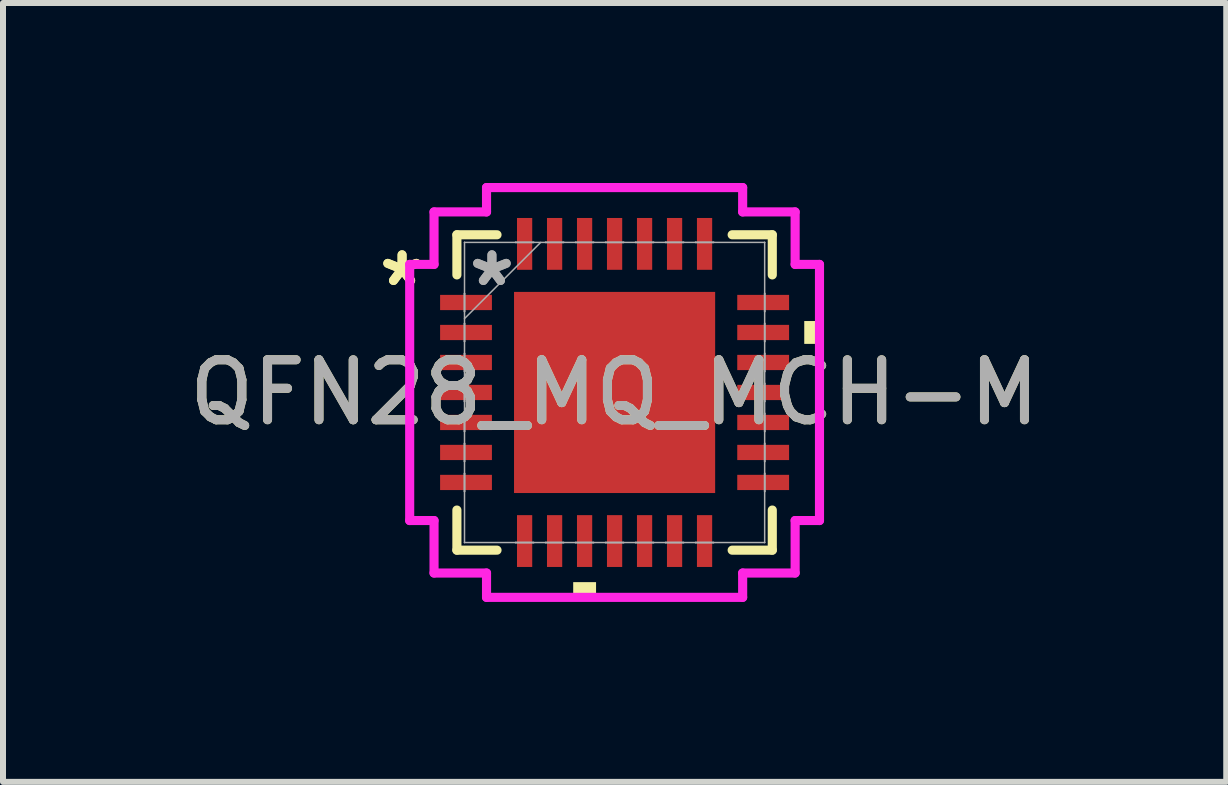
<source format=kicad_pcb>
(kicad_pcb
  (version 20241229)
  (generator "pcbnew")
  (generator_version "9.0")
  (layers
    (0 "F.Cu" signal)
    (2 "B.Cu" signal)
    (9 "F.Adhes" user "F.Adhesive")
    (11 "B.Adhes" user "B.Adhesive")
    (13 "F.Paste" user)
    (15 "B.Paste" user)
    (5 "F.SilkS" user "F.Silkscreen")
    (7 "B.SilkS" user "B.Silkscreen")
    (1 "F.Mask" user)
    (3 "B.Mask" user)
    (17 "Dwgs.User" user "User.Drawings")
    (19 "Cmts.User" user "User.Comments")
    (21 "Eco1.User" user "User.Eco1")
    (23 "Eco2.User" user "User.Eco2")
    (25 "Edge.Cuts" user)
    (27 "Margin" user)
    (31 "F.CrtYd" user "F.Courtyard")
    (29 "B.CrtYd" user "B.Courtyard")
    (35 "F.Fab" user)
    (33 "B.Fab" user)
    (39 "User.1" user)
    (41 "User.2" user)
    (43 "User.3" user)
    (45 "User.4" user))
  (footprint "QFN28_MQ_MCH-M"
    (layer "F.Cu")
    (at 7.196 3.493)
    (property "Reference" "QFN28_MQ_MCH-M" (at 0 0 0) (unlocked yes) (layer "F.SilkS") (effects (font (size 1 1) (thickness 0.15))))
    (attr smd)
    (fp_line (start -2.629 -2.629) (end -2.629 -1.96) (stroke (width 0.152) (type solid)) (layer "F.SilkS"))
    (fp_line (start -2.629 1.96) (end -2.629 2.629) (stroke (width 0.152) (type solid)) (layer "F.SilkS"))
    (fp_line (start -2.629 2.629) (end -1.96 2.629) (stroke (width 0.152) (type solid)) (layer "F.SilkS"))
    (fp_line (start -1.96 -2.629) (end -2.629 -2.629) (stroke (width 0.152) (type solid)) (layer "F.SilkS"))
    (fp_line (start 1.96 2.629) (end 2.629 2.629) (stroke (width 0.152) (type solid)) (layer "F.SilkS"))
    (fp_line (start 2.629 -2.629) (end 1.96 -2.629) (stroke (width 0.152) (type solid)) (layer "F.SilkS"))
    (fp_line (start 2.629 -1.96) (end 2.629 -2.629) (stroke (width 0.152) (type solid)) (layer "F.SilkS"))
    (fp_line (start 2.629 2.629) (end 2.629 1.96) (stroke (width 0.152) (type solid)) (layer "F.SilkS"))
    (fp_poly (pts (xy -0.69 3.162) (xy -0.69 3.416) (xy -0.309 3.416) (xy -0.309 3.162)) (stroke (width 0) (type solid)) (fill yes) (layer "F.SilkS"))
    (fp_poly (pts (xy 3.416 -1.191) (xy 3.416 -0.81) (xy 3.162 -0.81) (xy 3.162 -1.191)) (stroke (width 0) (type solid)) (fill yes) (layer "F.SilkS"))
    (fp_poly (pts (xy -1.576 -1.576) (xy -1.576 -0.1) (xy -0.1 -0.1) (xy -0.1 -1.576)) (stroke (width 0) (type solid)) (fill yes) (layer "F.Paste"))
    (fp_poly (pts (xy -1.576 0.1) (xy -1.576 1.576) (xy -0.1 1.576) (xy -0.1 0.1)) (stroke (width 0) (type solid)) (fill yes) (layer "F.Paste"))
    (fp_poly (pts (xy 0.1 -1.576) (xy 0.1 -0.1) (xy 1.576 -0.1) (xy 1.576 -1.576)) (stroke (width 0) (type solid)) (fill yes) (layer "F.Paste"))
    (fp_poly (pts (xy 0.1 0.1) (xy 0.1 1.576) (xy 1.576 1.576) (xy 1.576 0.1)) (stroke (width 0) (type solid)) (fill yes) (layer "F.Paste"))
    (fp_line (start -3.416 -2.135) (end -3.01 -2.135) (stroke (width 0.152) (type solid)) (layer "F.CrtYd"))
    (fp_line (start -3.416 2.135) (end -3.416 -2.135) (stroke (width 0.152) (type solid)) (layer "F.CrtYd"))
    (fp_line (start -3.01 -3.01) (end -2.135 -3.01) (stroke (width 0.152) (type solid)) (layer "F.CrtYd"))
    (fp_line (start -3.01 -2.135) (end -3.01 -3.01) (stroke (width 0.152) (type solid)) (layer "F.CrtYd"))
    (fp_line (start -3.01 2.135) (end -3.416 2.135) (stroke (width 0.152) (type solid)) (layer "F.CrtYd"))
    (fp_line (start -3.01 3.01) (end -3.01 2.135) (stroke (width 0.152) (type solid)) (layer "F.CrtYd"))
    (fp_line (start -2.135 -3.416) (end 2.135 -3.416) (stroke (width 0.152) (type solid)) (layer "F.CrtYd"))
    (fp_line (start -2.135 -3.01) (end -2.135 -3.416) (stroke (width 0.152) (type solid)) (layer "F.CrtYd"))
    (fp_line (start -2.135 3.01) (end -3.01 3.01) (stroke (width 0.152) (type solid)) (layer "F.CrtYd"))
    (fp_line (start -2.135 3.416) (end -2.135 3.01) (stroke (width 0.152) (type solid)) (layer "F.CrtYd"))
    (fp_line (start 2.135 -3.416) (end 2.135 -3.01) (stroke (width 0.152) (type solid)) (layer "F.CrtYd"))
    (fp_line (start 2.135 -3.01) (end 3.01 -3.01) (stroke (width 0.152) (type solid)) (layer "F.CrtYd"))
    (fp_line (start 2.135 3.01) (end 2.135 3.416) (stroke (width 0.152) (type solid)) (layer "F.CrtYd"))
    (fp_line (start 2.135 3.416) (end -2.135 3.416) (stroke (width 0.152) (type solid)) (layer "F.CrtYd"))
    (fp_line (start 3.01 -3.01) (end 3.01 -2.135) (stroke (width 0.152) (type solid)) (layer "F.CrtYd"))
    (fp_line (start 3.01 -2.135) (end 3.416 -2.135) (stroke (width 0.152) (type solid)) (layer "F.CrtYd"))
    (fp_line (start 3.01 2.135) (end 3.01 3.01) (stroke (width 0.152) (type solid)) (layer "F.CrtYd"))
    (fp_line (start 3.01 3.01) (end 2.135 3.01) (stroke (width 0.152) (type solid)) (layer "F.CrtYd"))
    (fp_line (start 3.416 -2.135) (end 3.416 2.135) (stroke (width 0.152) (type solid)) (layer "F.CrtYd"))
    (fp_line (start 3.416 2.135) (end 3.01 2.135) (stroke (width 0.152) (type solid)) (layer "F.CrtYd"))
    (fp_line (start -2.502 -2.502) (end -2.502 -2.502) (stroke (width 0.025) (type solid)) (layer "F.Fab"))
    (fp_line (start -2.502 -2.502) (end -2.502 2.502) (stroke (width 0.025) (type solid)) (layer "F.Fab"))
    (fp_line (start -2.502 -1.652) (end -2.502 -1.652) (stroke (width 0.025) (type solid)) (layer "F.Fab"))
    (fp_line (start -2.502 -1.652) (end -2.502 -1.348) (stroke (width 0.025) (type solid)) (layer "F.Fab"))
    (fp_line (start -2.502 -1.348) (end -2.502 -1.652) (stroke (width 0.025) (type solid)) (layer "F.Fab"))
    (fp_line (start -2.502 -1.348) (end -2.502 -1.348) (stroke (width 0.025) (type solid)) (layer "F.Fab"))
    (fp_line (start -2.502 -1.232) (end -1.232 -2.502) (stroke (width 0.025) (type solid)) (layer "F.Fab"))
    (fp_line (start -2.502 -1.152) (end -2.502 -1.152) (stroke (width 0.025) (type solid)) (layer "F.Fab"))
    (fp_line (start -2.502 -1.152) (end -2.502 -0.848) (stroke (width 0.025) (type solid)) (layer "F.Fab"))
    (fp_line (start -2.502 -0.848) (end -2.502 -1.152) (stroke (width 0.025) (type solid)) (layer "F.Fab"))
    (fp_line (start -2.502 -0.848) (end -2.502 -0.848) (stroke (width 0.025) (type solid)) (layer "F.Fab"))
    (fp_line (start -2.502 -0.652) (end -2.502 -0.652) (stroke (width 0.025) (type solid)) (layer "F.Fab"))
    (fp_line (start -2.502 -0.652) (end -2.502 -0.348) (stroke (width 0.025) (type solid)) (layer "F.Fab"))
    (fp_line (start -2.502 -0.348) (end -2.502 -0.652) (stroke (width 0.025) (type solid)) (layer "F.Fab"))
    (fp_line (start -2.502 -0.348) (end -2.502 -0.348) (stroke (width 0.025) (type solid)) (layer "F.Fab"))
    (fp_line (start -2.502 -0.152) (end -2.502 -0.152) (stroke (width 0.025) (type solid)) (layer "F.Fab"))
    (fp_line (start -2.502 -0.152) (end -2.502 0.152) (stroke (width 0.025) (type solid)) (layer "F.Fab"))
    (fp_line (start -2.502 0.152) (end -2.502 -0.152) (stroke (width 0.025) (type solid)) (layer "F.Fab"))
    (fp_line (start -2.502 0.152) (end -2.502 0.152) (stroke (width 0.025) (type solid)) (layer "F.Fab"))
    (fp_line (start -2.502 0.348) (end -2.502 0.348) (stroke (width 0.025) (type solid)) (layer "F.Fab"))
    (fp_line (start -2.502 0.348) (end -2.502 0.652) (stroke (width 0.025) (type solid)) (layer "F.Fab"))
    (fp_line (start -2.502 0.652) (end -2.502 0.348) (stroke (width 0.025) (type solid)) (layer "F.Fab"))
    (fp_line (start -2.502 0.652) (end -2.502 0.652) (stroke (width 0.025) (type solid)) (layer "F.Fab"))
    (fp_line (start -2.502 0.848) (end -2.502 0.848) (stroke (width 0.025) (type solid)) (layer "F.Fab"))
    (fp_line (start -2.502 0.848) (end -2.502 1.152) (stroke (width 0.025) (type solid)) (layer "F.Fab"))
    (fp_line (start -2.502 1.152) (end -2.502 0.848) (stroke (width 0.025) (type solid)) (layer "F.Fab"))
    (fp_line (start -2.502 1.152) (end -2.502 1.152) (stroke (width 0.025) (type solid)) (layer "F.Fab"))
    (fp_line (start -2.502 1.348) (end -2.502 1.348) (stroke (width 0.025) (type solid)) (layer "F.Fab"))
    (fp_line (start -2.502 1.348) (end -2.502 1.652) (stroke (width 0.025) (type solid)) (layer "F.Fab"))
    (fp_line (start -2.502 1.652) (end -2.502 1.348) (stroke (width 0.025) (type solid)) (layer "F.Fab"))
    (fp_line (start -2.502 1.652) (end -2.502 1.652) (stroke (width 0.025) (type solid)) (layer "F.Fab"))
    (fp_line (start -2.502 2.502) (end -2.502 2.502) (stroke (width 0.025) (type solid)) (layer "F.Fab"))
    (fp_line (start -2.502 2.502) (end 2.502 2.502) (stroke (width 0.025) (type solid)) (layer "F.Fab"))
    (fp_line (start -1.652 -2.502) (end -1.652 -2.502) (stroke (width 0.025) (type solid)) (layer "F.Fab"))
    (fp_line (start -1.652 -2.502) (end -1.348 -2.502) (stroke (width 0.025) (type solid)) (layer "F.Fab"))
    (fp_line (start -1.652 2.502) (end -1.652 2.502) (stroke (width 0.025) (type solid)) (layer "F.Fab"))
    (fp_line (start -1.652 2.502) (end -1.348 2.502) (stroke (width 0.025) (type solid)) (layer "F.Fab"))
    (fp_line (start -1.348 -2.502) (end -1.652 -2.502) (stroke (width 0.025) (type solid)) (layer "F.Fab"))
    (fp_line (start -1.348 -2.502) (end -1.348 -2.502) (stroke (width 0.025) (type solid)) (layer "F.Fab"))
    (fp_line (start -1.348 2.502) (end -1.652 2.502) (stroke (width 0.025) (type solid)) (layer "F.Fab"))
    (fp_line (start -1.348 2.502) (end -1.348 2.502) (stroke (width 0.025) (type solid)) (layer "F.Fab"))
    (fp_line (start -1.152 -2.502) (end -1.152 -2.502) (stroke (width 0.025) (type solid)) (layer "F.Fab"))
    (fp_line (start -1.152 -2.502) (end -0.848 -2.502) (stroke (width 0.025) (type solid)) (layer "F.Fab"))
    (fp_line (start -1.152 2.502) (end -1.152 2.502) (stroke (width 0.025) (type solid)) (layer "F.Fab"))
    (fp_line (start -1.152 2.502) (end -0.848 2.502) (stroke (width 0.025) (type solid)) (layer "F.Fab"))
    (fp_line (start -0.848 -2.502) (end -1.152 -2.502) (stroke (width 0.025) (type solid)) (layer "F.Fab"))
    (fp_line (start -0.848 -2.502) (end -0.848 -2.502) (stroke (width 0.025) (type solid)) (layer "F.Fab"))
    (fp_line (start -0.848 2.502) (end -1.152 2.502) (stroke (width 0.025) (type solid)) (layer "F.Fab"))
    (fp_line (start -0.848 2.502) (end -0.848 2.502) (stroke (width 0.025) (type solid)) (layer "F.Fab"))
    (fp_line (start -0.652 -2.502) (end -0.652 -2.502) (stroke (width 0.025) (type solid)) (layer "F.Fab"))
    (fp_line (start -0.652 -2.502) (end -0.348 -2.502) (stroke (width 0.025) (type solid)) (layer "F.Fab"))
    (fp_line (start -0.652 2.502) (end -0.652 2.502) (stroke (width 0.025) (type solid)) (layer "F.Fab"))
    (fp_line (start -0.652 2.502) (end -0.348 2.502) (stroke (width 0.025) (type solid)) (layer "F.Fab"))
    (fp_line (start -0.348 -2.502) (end -0.652 -2.502) (stroke (width 0.025) (type solid)) (layer "F.Fab"))
    (fp_line (start -0.348 -2.502) (end -0.348 -2.502) (stroke (width 0.025) (type solid)) (layer "F.Fab"))
    (fp_line (start -0.348 2.502) (end -0.652 2.502) (stroke (width 0.025) (type solid)) (layer "F.Fab"))
    (fp_line (start -0.348 2.502) (end -0.348 2.502) (stroke (width 0.025) (type solid)) (layer "F.Fab"))
    (fp_line (start -0.152 -2.502) (end -0.152 -2.502) (stroke (width 0.025) (type solid)) (layer "F.Fab"))
    (fp_line (start -0.152 -2.502) (end 0.152 -2.502) (stroke (width 0.025) (type solid)) (layer "F.Fab"))
    (fp_line (start -0.152 2.502) (end -0.152 2.502) (stroke (width 0.025) (type solid)) (layer "F.Fab"))
    (fp_line (start -0.152 2.502) (end 0.152 2.502) (stroke (width 0.025) (type solid)) (layer "F.Fab"))
    (fp_line (start 0.152 -2.502) (end -0.152 -2.502) (stroke (width 0.025) (type solid)) (layer "F.Fab"))
    (fp_line (start 0.152 -2.502) (end 0.152 -2.502) (stroke (width 0.025) (type solid)) (layer "F.Fab"))
    (fp_line (start 0.152 2.502) (end -0.152 2.502) (stroke (width 0.025) (type solid)) (layer "F.Fab"))
    (fp_line (start 0.152 2.502) (end 0.152 2.502) (stroke (width 0.025) (type solid)) (layer "F.Fab"))
    (fp_line (start 0.348 -2.502) (end 0.348 -2.502) (stroke (width 0.025) (type solid)) (layer "F.Fab"))
    (fp_line (start 0.348 -2.502) (end 0.652 -2.502) (stroke (width 0.025) (type solid)) (layer "F.Fab"))
    (fp_line (start 0.348 2.502) (end 0.348 2.502) (stroke (width 0.025) (type solid)) (layer "F.Fab"))
    (fp_line (start 0.348 2.502) (end 0.652 2.502) (stroke (width 0.025) (type solid)) (layer "F.Fab"))
    (fp_line (start 0.652 -2.502) (end 0.348 -2.502) (stroke (width 0.025) (type solid)) (layer "F.Fab"))
    (fp_line (start 0.652 -2.502) (end 0.652 -2.502) (stroke (width 0.025) (type solid)) (layer "F.Fab"))
    (fp_line (start 0.652 2.502) (end 0.348 2.502) (stroke (width 0.025) (type solid)) (layer "F.Fab"))
    (fp_line (start 0.652 2.502) (end 0.652 2.502) (stroke (width 0.025) (type solid)) (layer "F.Fab"))
    (fp_line (start 0.848 -2.502) (end 0.848 -2.502) (stroke (width 0.025) (type solid)) (layer "F.Fab"))
    (fp_line (start 0.848 -2.502) (end 1.152 -2.502) (stroke (width 0.025) (type solid)) (layer "F.Fab"))
    (fp_line (start 0.848 2.502) (end 0.848 2.502) (stroke (width 0.025) (type solid)) (layer "F.Fab"))
    (fp_line (start 0.848 2.502) (end 1.152 2.502) (stroke (width 0.025) (type solid)) (layer "F.Fab"))
    (fp_line (start 1.152 -2.502) (end 0.848 -2.502) (stroke (width 0.025) (type solid)) (layer "F.Fab"))
    (fp_line (start 1.152 -2.502) (end 1.152 -2.502) (stroke (width 0.025) (type solid)) (layer "F.Fab"))
    (fp_line (start 1.152 2.502) (end 0.848 2.502) (stroke (width 0.025) (type solid)) (layer "F.Fab"))
    (fp_line (start 1.152 2.502) (end 1.152 2.502) (stroke (width 0.025) (type solid)) (layer "F.Fab"))
    (fp_line (start 1.348 -2.502) (end 1.348 -2.502) (stroke (width 0.025) (type solid)) (layer "F.Fab"))
    (fp_line (start 1.348 -2.502) (end 1.652 -2.502) (stroke (width 0.025) (type solid)) (layer "F.Fab"))
    (fp_line (start 1.348 2.502) (end 1.348 2.502) (stroke (width 0.025) (type solid)) (layer "F.Fab"))
    (fp_line (start 1.348 2.502) (end 1.652 2.502) (stroke (width 0.025) (type solid)) (layer "F.Fab"))
    (fp_line (start 1.652 -2.502) (end 1.348 -2.502) (stroke (width 0.025) (type solid)) (layer "F.Fab"))
    (fp_line (start 1.652 -2.502) (end 1.652 -2.502) (stroke (width 0.025) (type solid)) (layer "F.Fab"))
    (fp_line (start 1.652 2.502) (end 1.348 2.502) (stroke (width 0.025) (type solid)) (layer "F.Fab"))
    (fp_line (start 1.652 2.502) (end 1.652 2.502) (stroke (width 0.025) (type solid)) (layer "F.Fab"))
    (fp_line (start 2.502 -2.502) (end -2.502 -2.502) (stroke (width 0.025) (type solid)) (layer "F.Fab"))
    (fp_line (start 2.502 -2.502) (end 2.502 -2.502) (stroke (width 0.025) (type solid)) (layer "F.Fab"))
    (fp_line (start 2.502 -1.652) (end 2.502 -1.652) (stroke (width 0.025) (type solid)) (layer "F.Fab"))
    (fp_line (start 2.502 -1.652) (end 2.502 -1.348) (stroke (width 0.025) (type solid)) (layer "F.Fab"))
    (fp_line (start 2.502 -1.348) (end 2.502 -1.652) (stroke (width 0.025) (type solid)) (layer "F.Fab"))
    (fp_line (start 2.502 -1.348) (end 2.502 -1.348) (stroke (width 0.025) (type solid)) (layer "F.Fab"))
    (fp_line (start 2.502 -1.152) (end 2.502 -1.152) (stroke (width 0.025) (type solid)) (layer "F.Fab"))
    (fp_line (start 2.502 -1.152) (end 2.502 -0.848) (stroke (width 0.025) (type solid)) (layer "F.Fab"))
    (fp_line (start 2.502 -0.848) (end 2.502 -1.152) (stroke (width 0.025) (type solid)) (layer "F.Fab"))
    (fp_line (start 2.502 -0.848) (end 2.502 -0.848) (stroke (width 0.025) (type solid)) (layer "F.Fab"))
    (fp_line (start 2.502 -0.652) (end 2.502 -0.652) (stroke (width 0.025) (type solid)) (layer "F.Fab"))
    (fp_line (start 2.502 -0.652) (end 2.502 -0.348) (stroke (width 0.025) (type solid)) (layer "F.Fab"))
    (fp_line (start 2.502 -0.348) (end 2.502 -0.652) (stroke (width 0.025) (type solid)) (layer "F.Fab"))
    (fp_line (start 2.502 -0.348) (end 2.502 -0.348) (stroke (width 0.025) (type solid)) (layer "F.Fab"))
    (fp_line (start 2.502 -0.152) (end 2.502 -0.152) (stroke (width 0.025) (type solid)) (layer "F.Fab"))
    (fp_line (start 2.502 -0.152) (end 2.502 0.152) (stroke (width 0.025) (type solid)) (layer "F.Fab"))
    (fp_line (start 2.502 0.152) (end 2.502 -0.152) (stroke (width 0.025) (type solid)) (layer "F.Fab"))
    (fp_line (start 2.502 0.152) (end 2.502 0.152) (stroke (width 0.025) (type solid)) (layer "F.Fab"))
    (fp_line (start 2.502 0.348) (end 2.502 0.348) (stroke (width 0.025) (type solid)) (layer "F.Fab"))
    (fp_line (start 2.502 0.348) (end 2.502 0.652) (stroke (width 0.025) (type solid)) (layer "F.Fab"))
    (fp_line (start 2.502 0.652) (end 2.502 0.348) (stroke (width 0.025) (type solid)) (layer "F.Fab"))
    (fp_line (start 2.502 0.652) (end 2.502 0.652) (stroke (width 0.025) (type solid)) (layer "F.Fab"))
    (fp_line (start 2.502 0.848) (end 2.502 0.848) (stroke (width 0.025) (type solid)) (layer "F.Fab"))
    (fp_line (start 2.502 0.848) (end 2.502 1.152) (stroke (width 0.025) (type solid)) (layer "F.Fab"))
    (fp_line (start 2.502 1.152) (end 2.502 0.848) (stroke (width 0.025) (type solid)) (layer "F.Fab"))
    (fp_line (start 2.502 1.152) (end 2.502 1.152) (stroke (width 0.025) (type solid)) (layer "F.Fab"))
    (fp_line (start 2.502 1.348) (end 2.502 1.348) (stroke (width 0.025) (type solid)) (layer "F.Fab"))
    (fp_line (start 2.502 1.348) (end 2.502 1.652) (stroke (width 0.025) (type solid)) (layer "F.Fab"))
    (fp_line (start 2.502 1.652) (end 2.502 1.348) (stroke (width 0.025) (type solid)) (layer "F.Fab"))
    (fp_line (start 2.502 1.652) (end 2.502 1.652) (stroke (width 0.025) (type solid)) (layer "F.Fab"))
    (fp_line (start 2.502 2.502) (end 2.502 -2.502) (stroke (width 0.025) (type solid)) (layer "F.Fab"))
    (fp_line (start 2.502 2.502) (end 2.502 2.502) (stroke (width 0.025) (type solid)) (layer "F.Fab"))
    (fp_text user "*" (at -3.543 -1.75 0) (unlocked yes) (layer "F.SilkS") (effects (font (size 1 1) (thickness 0.15))))
    (fp_text user "*" (at -3.543 -1.75 0) (layer "F.SilkS") (effects (font (size 1 1) (thickness 0.15))))
    (fp_text user "*" (at -2.045 -1.75 0) (layer "F.Fab") (effects (font (size 1 1) (thickness 0.15))))
    (fp_text user "${REFERENCE}" (at 0 0 0) (unlocked yes) (layer "F.Fab") (effects (font (size 1 1) (thickness 0.15))))
    (fp_text user "*" (at -2.045 -1.75 0) (unlocked yes) (layer "F.Fab") (effects (font (size 1 1) (thickness 0.15))))
    (pad "1" smd rect (at -2.477 -1.5 90) (size 0.254 0.864) (layers "F.Cu" "F.Mask" "F.Paste"))
    (pad "2" smd rect (at -2.477 -1 90) (size 0.254 0.864) (layers "F.Cu" "F.Mask" "F.Paste"))
    (pad "3" smd rect (at -2.477 -0.5 90) (size 0.254 0.864) (layers "F.Cu" "F.Mask" "F.Paste"))
    (pad "4" smd rect (at -2.477 0 90) (size 0.254 0.864) (layers "F.Cu" "F.Mask" "F.Paste"))
    (pad "5" smd rect (at -2.477 0.5 90) (size 0.254 0.864) (layers "F.Cu" "F.Mask" "F.Paste"))
    (pad "6" smd rect (at -2.477 1 90) (size 0.254 0.864) (layers "F.Cu" "F.Mask" "F.Paste"))
    (pad "7" smd rect (at -2.477 1.5 90) (size 0.254 0.864) (layers "F.Cu" "F.Mask" "F.Paste"))
    (pad "8" smd rect (at -1.5 2.477) (size 0.254 0.864) (layers "F.Cu" "F.Mask" "F.Paste"))
    (pad "9" smd rect (at -1 2.477) (size 0.254 0.864) (layers "F.Cu" "F.Mask" "F.Paste"))
    (pad "10" smd rect (at -0.5 2.477) (size 0.254 0.864) (layers "F.Cu" "F.Mask" "F.Paste"))
    (pad "11" smd rect (at 0 2.477) (size 0.254 0.864) (layers "F.Cu" "F.Mask" "F.Paste"))
    (pad "12" smd rect (at 0.5 2.477) (size 0.254 0.864) (layers "F.Cu" "F.Mask" "F.Paste"))
    (pad "13" smd rect (at 1 2.477) (size 0.254 0.864) (layers "F.Cu" "F.Mask" "F.Paste"))
    (pad "14" smd rect (at 1.5 2.477) (size 0.254 0.864) (layers "F.Cu" "F.Mask" "F.Paste"))
    (pad "15" smd rect (at 2.477 1.5 90) (size 0.254 0.864) (layers "F.Cu" "F.Mask" "F.Paste"))
    (pad "16" smd rect (at 2.477 1 90) (size 0.254 0.864) (layers "F.Cu" "F.Mask" "F.Paste"))
    (pad "17" smd rect (at 2.477 0.5 90) (size 0.254 0.864) (layers "F.Cu" "F.Mask" "F.Paste"))
    (pad "18" smd rect (at 2.477 0 90) (size 0.254 0.864) (layers "F.Cu" "F.Mask" "F.Paste"))
    (pad "19" smd rect (at 2.477 -0.5 90) (size 0.254 0.864) (layers "F.Cu" "F.Mask" "F.Paste"))
    (pad "20" smd rect (at 2.477 -1 90) (size 0.254 0.864) (layers "F.Cu" "F.Mask" "F.Paste"))
    (pad "21" smd rect (at 2.477 -1.5 90) (size 0.254 0.864) (layers "F.Cu" "F.Mask" "F.Paste"))
    (pad "22" smd rect (at 1.5 -2.477) (size 0.254 0.864) (layers "F.Cu" "F.Mask" "F.Paste"))
    (pad "23" smd rect (at 1 -2.477) (size 0.254 0.864) (layers "F.Cu" "F.Mask" "F.Paste"))
    (pad "24" smd rect (at 0.5 -2.477) (size 0.254 0.864) (layers "F.Cu" "F.Mask" "F.Paste"))
    (pad "25" smd rect (at 0 -2.477) (size 0.254 0.864) (layers "F.Cu" "F.Mask" "F.Paste"))
    (pad "26" smd rect (at -0.5 -2.477) (size 0.254 0.864) (layers "F.Cu" "F.Mask" "F.Paste"))
    (pad "27" smd rect (at -1 -2.477) (size 0.254 0.864) (layers "F.Cu" "F.Mask" "F.Paste"))
    (pad "28" smd rect (at -1.5 -2.477) (size 0.254 0.864) (layers "F.Cu" "F.Mask" "F.Paste"))
    (pad "29" smd rect (at 0 0) (size 3.353 3.353) (layers "F.Cu" "F.Mask" "F.Paste")))
  (gr_rect
    (start -3 -3)
    (end 17.393 9.985)
    (stroke (width 0.1) (type default))
    (fill no)
    (layer "Edge.Cuts")))
</source>
